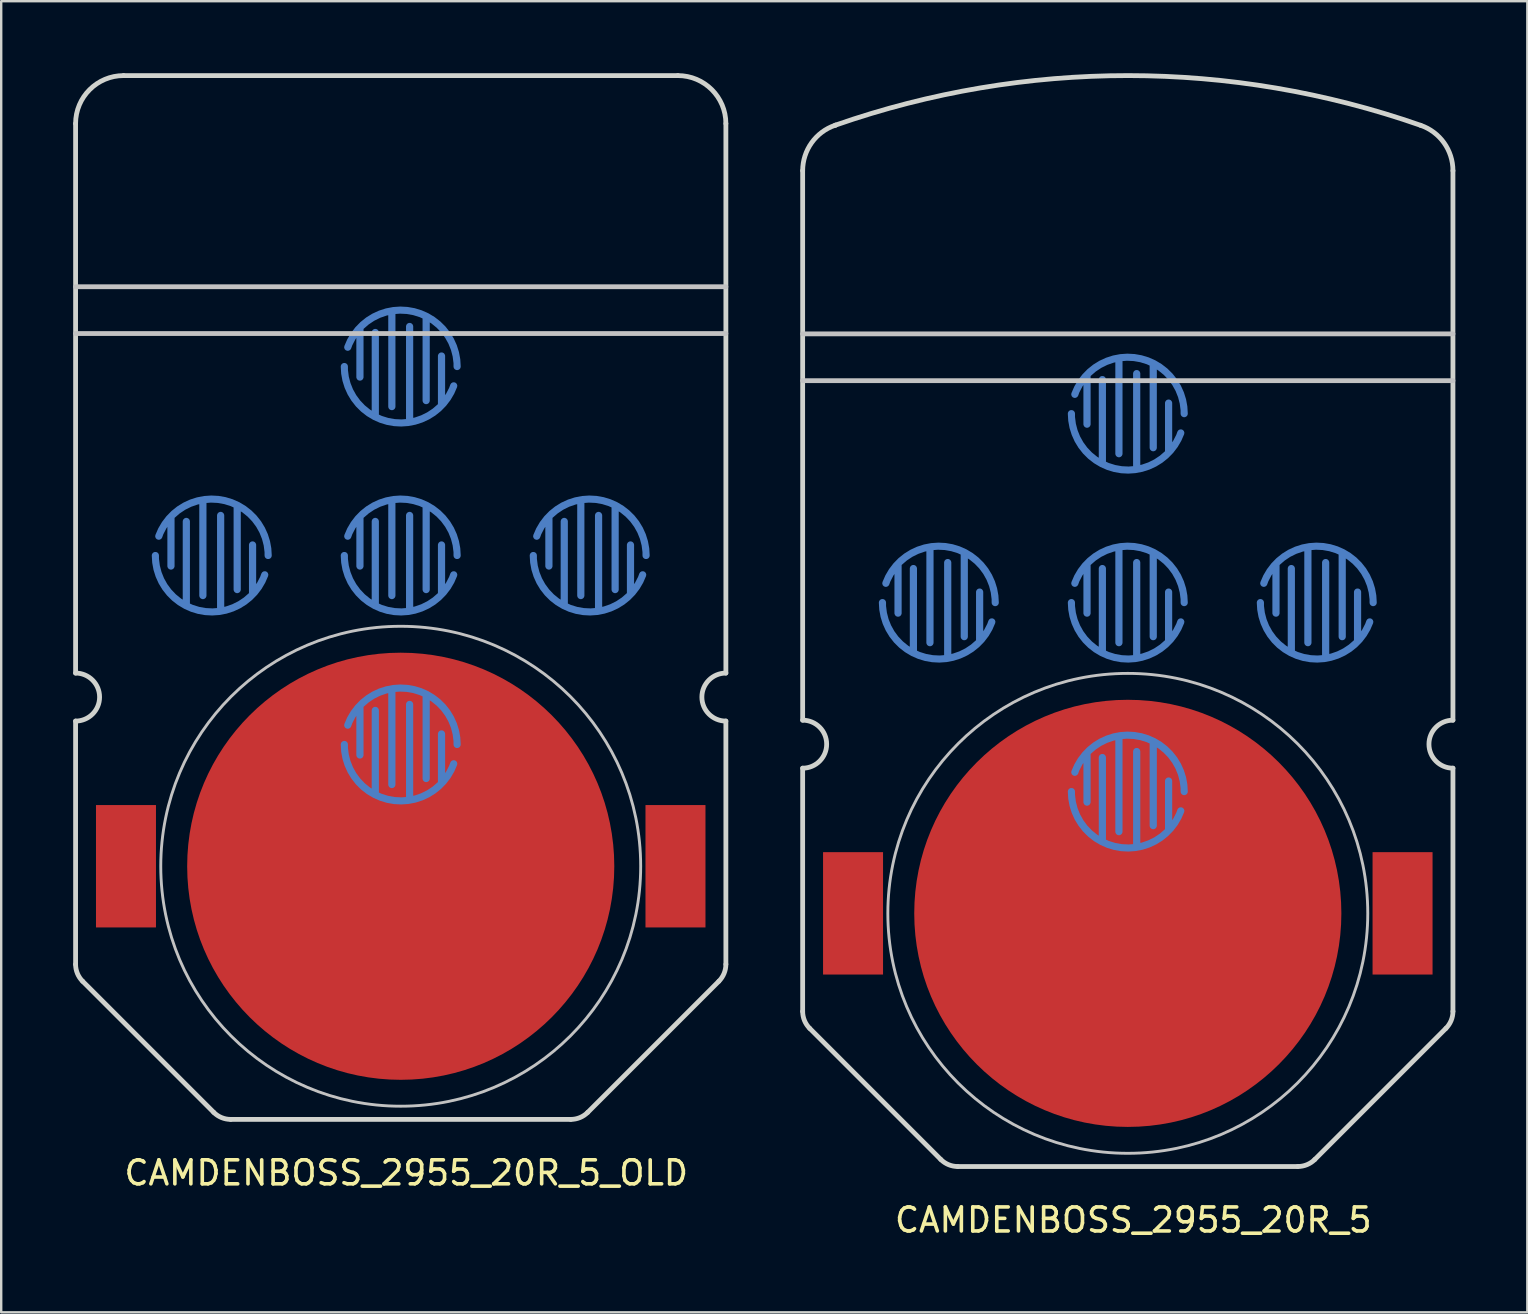
<source format=kicad_pcb>
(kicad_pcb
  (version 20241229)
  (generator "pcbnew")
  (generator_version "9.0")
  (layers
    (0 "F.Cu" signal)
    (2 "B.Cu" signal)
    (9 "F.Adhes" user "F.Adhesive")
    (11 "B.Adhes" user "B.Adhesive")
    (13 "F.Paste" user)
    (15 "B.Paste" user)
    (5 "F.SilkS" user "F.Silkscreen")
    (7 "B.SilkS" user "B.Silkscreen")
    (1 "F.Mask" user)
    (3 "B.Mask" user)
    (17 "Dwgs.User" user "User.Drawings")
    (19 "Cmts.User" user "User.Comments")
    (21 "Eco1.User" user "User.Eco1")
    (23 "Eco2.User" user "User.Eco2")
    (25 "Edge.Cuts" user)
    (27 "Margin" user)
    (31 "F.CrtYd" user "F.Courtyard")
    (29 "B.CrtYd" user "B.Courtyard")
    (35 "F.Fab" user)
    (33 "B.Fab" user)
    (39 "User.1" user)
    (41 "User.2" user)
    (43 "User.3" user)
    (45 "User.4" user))
  (footprint "CAMDENBOSS_2955_20R_5"
    (layer "F.Cu")
    (at 43.95 22.063)
    (property "Reference" "CAMDENBOSS_2955_20R_5" (at 0.23 25.73 0) (layer "F.SilkS") (effects (font (size 1 1) (thickness 0.15))))
    (attr through_hole)
    (fp_line (start -13.55 -11.2) (end 13.55 -11.2) (stroke (width 0.2) (type solid)) (layer "Dwgs.User"))
    (fp_line (start -13.55 -9.25) (end 13.55 -9.25) (stroke (width 0.2) (type solid)) (layer "Dwgs.User"))
    (fp_circle (center 0 12.95) (end 10 12.95) (stroke (width 0.12) (type solid)) (fill no) (layer "Dwgs.User"))
    (fp_line (start -13.55 -18) (end -13.55 4.9) (stroke (width 0.2) (type solid)) (layer "Edge.Cuts"))
    (fp_line (start -13.55 6.9) (end -13.55 17.036) (stroke (width 0.2) (type solid)) (layer "Edge.Cuts"))
    (fp_line (start -13.257 17.743) (end -7.793 23.207) (stroke (width 0.2) (type solid)) (layer "Edge.Cuts"))
    (fp_line (start -12.201 -19.891) (end -12.171 -19.901) (stroke (width 0.2) (type solid)) (layer "Edge.Cuts"))
    (fp_line (start -7.086 23.5) (end 7.086 23.5) (stroke (width 0.2) (type solid)) (layer "Edge.Cuts"))
    (fp_line (start 7.793 23.207) (end 13.257 17.743) (stroke (width 0.2) (type solid)) (layer "Edge.Cuts"))
    (fp_line (start 13.55 4.9) (end 13.55 -18) (stroke (width 0.2) (type solid)) (layer "Edge.Cuts"))
    (fp_line (start 13.55 17.036) (end 13.55 6.9) (stroke (width 0.2) (type solid)) (layer "Edge.Cuts"))
    (fp_arc (start -13.55 -18) (mid -13.178231 -19.161406) (end -12.201136 -19.891037) (stroke (width 0.2) (type solid)) (layer "Edge.Cuts"))
    (fp_arc (start -13.549999 4.9) (mid -12.549999 5.9) (end -13.549999 6.9) (stroke (width 0.2) (type solid)) (layer "Edge.Cuts"))
    (fp_arc (start -13.257106 17.742893) (mid -13.473879 17.41847) (end -13.549999 17.035786) (stroke (width 0.2) (type solid)) (layer "Edge.Cuts"))
    (fp_arc (start -12.171473 -19.901395) (mid 0.015709 -21.962845) (end 12.201135 -19.891037) (stroke (width 0.2) (type solid)) (layer "Edge.Cuts"))
    (fp_arc (start -7.085786 23.499999) (mid -7.468469 23.423879) (end -7.792893 23.207106) (stroke (width 0.2) (type solid)) (layer "Edge.Cuts"))
    (fp_arc (start 7.792893 23.207106) (mid 7.46847 23.423879) (end 7.085786 23.5) (stroke (width 0.2) (type solid)) (layer "Edge.Cuts"))
    (fp_arc (start 12.201135 -19.891037) (mid 13.17823 -19.161406) (end 13.549999 -18) (stroke (width 0.2) (type solid)) (layer "Edge.Cuts"))
    (fp_arc (start 13.549999 6.9) (mid 12.549999 5.9) (end 13.549999 4.9) (stroke (width 0.2) (type solid)) (layer "Edge.Cuts"))
    (fp_arc (start 13.55 17.035787) (mid 13.473879 17.41847) (end 13.257106 17.742893) (stroke (width 0.2) (type solid)) (layer "Edge.Cuts"))
    (pad "" smd circle (at -7.875 0) (size 5 5) (layers "B.Mask"))
    (pad "" smd circle (at 0 -7.875) (size 5 5) (layers "B.Mask"))
    (pad "" smd circle (at 0 0) (size 5 5) (layers "B.Mask"))
    (pad "" smd circle (at 0 7.875) (size 5 5) (layers "B.Mask"))
    (pad "" smd circle (at 7.875 0) (size 5 5) (layers "B.Mask"))
    (pad "1" smd circle (at 0 12.95 180) (size 17.8 17.8) (layers "F.Cu" "F.Mask"))
    (pad "2" smd rect (at -11.45 12.95 180) (size 2.5 5.1) (layers "F.Cu" "F.Mask" "F.Paste"))
    (pad "2" smd rect (at 11.45 12.95 180) (size 2.5 5.1) (layers "F.Cu" "F.Mask" "F.Paste"))
    (pad "3" smd custom (at 2.35 -7.875) (size 0.3 0.3) (layers "B.Cu") (options (anchor circle)) (primitives (gr_arc (start -4.558278 -0.803747) (mid -1.941927 -2.314298) (end 0 0) (width 0.3)) (gr_line (start -2.72 -2.31) (end -2.72 1.67) (width 0.3)) (gr_line (start -1.29 -2.08) (end -1.29 1.42) (width 0.3)) (gr_line (start -4.05 0.44) (end -4.05 -1.61) (width 0.3))))
    (pad "4" smd custom (at -2.35 -7.875) (size 0.3 0.3) (layers "B.Cu" "B.Mask") (options (anchor circle)) (primitives (gr_line (start 1.29 2.08) (end 1.29 -1.42) (width 0.3)) (gr_line (start 4.05 -0.44) (end 4.05 1.61) (width 0.3)) (gr_arc (start 4.558278 0.803747) (mid 1.941927 2.314298) (end 0 0) (width 0.3)) (gr_line (start 2.72 2.31) (end 2.72 -1.67) (width 0.3))))
    (pad "5" smd custom (at 10.225 0) (size 0.3 0.3) (layers "B.Cu") (options (anchor circle)) (primitives (gr_arc (start -4.558278 -0.803747) (mid -1.941927 -2.314298) (end 0 0) (width 0.3)) (gr_line (start -2.72 -2.31) (end -2.72 1.67) (width 0.3)) (gr_line (start -1.29 -2.08) (end -1.29 1.42) (width 0.3)) (gr_line (start -4.05 0.44) (end -4.05 -1.61) (width 0.3))))
    (pad "6" smd custom (at 5.525 0) (size 0.3 0.3) (layers "B.Cu" "B.Mask") (options (anchor circle)) (primitives (gr_line (start 1.29 2.08) (end 1.29 -1.42) (width 0.3)) (gr_line (start 4.05 -0.44) (end 4.05 1.61) (width 0.3)) (gr_arc (start 4.558278 0.803747) (mid 1.941927 2.314298) (end 0 0) (width 0.3)) (gr_line (start 2.72 2.31) (end 2.72 -1.67) (width 0.3))))
    (pad "7" smd custom (at 2.35 7.875) (size 0.3 0.3) (layers "B.Cu") (options (anchor circle)) (primitives (gr_arc (start -4.558278 -0.803747) (mid -1.941927 -2.314298) (end 0 0) (width 0.3)) (gr_line (start -2.72 -2.31) (end -2.72 1.67) (width 0.3)) (gr_line (start -1.29 -2.08) (end -1.29 1.42) (width 0.3)) (gr_line (start -4.05 0.44) (end -4.05 -1.61) (width 0.3))))
    (pad "8" smd custom (at -2.35 7.875) (size 0.3 0.3) (layers "B.Cu" "B.Mask") (options (anchor circle)) (primitives (gr_line (start 1.29 2.08) (end 1.29 -1.42) (width 0.3)) (gr_line (start 4.05 -0.44) (end 4.05 1.61) (width 0.3)) (gr_arc (start 4.558278 0.803747) (mid 1.941927 2.314298) (end 0 0) (width 0.3)) (gr_line (start 2.72 2.31) (end 2.72 -1.67) (width 0.3))))
    (pad "9" smd custom (at -5.525 0) (size 0.3 0.3) (layers "B.Cu") (options (anchor circle)) (primitives (gr_arc (start -4.558278 -0.803747) (mid -1.941927 -2.314298) (end 0 0) (width 0.3)) (gr_line (start -2.72 -2.31) (end -2.72 1.67) (width 0.3)) (gr_line (start -1.29 -2.08) (end -1.29 1.42) (width 0.3)) (gr_line (start -4.05 0.44) (end -4.05 -1.61) (width 0.3))))
    (pad "10" smd custom (at -10.225 0) (size 0.3 0.3) (layers "B.Cu" "B.Mask") (options (anchor circle)) (primitives (gr_line (start 1.29 2.08) (end 1.29 -1.42) (width 0.3)) (gr_line (start 4.05 -0.44) (end 4.05 1.61) (width 0.3)) (gr_arc (start 4.558278 0.803747) (mid 1.941927 2.314298) (end 0 0) (width 0.3)) (gr_line (start 2.72 2.31) (end 2.72 -1.67) (width 0.3))))
    (pad "11" smd custom (at 2.35 0) (size 0.3 0.3) (layers "B.Cu") (options (anchor circle)) (primitives (gr_arc (start -4.558278 -0.803747) (mid -1.941927 -2.314298) (end 0 0) (width 0.3)) (gr_line (start -2.72 -2.31) (end -2.72 1.67) (width 0.3)) (gr_line (start -1.29 -2.08) (end -1.29 1.42) (width 0.3)) (gr_line (start -4.05 0.44) (end -4.05 -1.61) (width 0.3))))
    (pad "12" smd custom (at -2.35 0) (size 0.3 0.3) (layers "B.Cu" "B.Mask") (options (anchor circle)) (primitives (gr_line (start 1.29 2.08) (end 1.29 -1.42) (width 0.3)) (gr_line (start 4.05 -0.44) (end 4.05 1.61) (width 0.3)) (gr_arc (start 4.558278 0.803747) (mid 1.941927 2.314298) (end 0 0) (width 0.3)) (gr_line (start 2.72 2.31) (end 2.72 -1.67) (width 0.3)))))
  (footprint "CAMDENBOSS_2955_20R_5_OLD"
    (layer "F.Cu")
    (at 13.65 20.1)
    (property "Reference" "CAMDENBOSS_2955_20R_5_OLD" (at 0.23 25.73 0) (layer "F.SilkS") (effects (font (size 1 1) (thickness 0.15))))
    (attr through_hole)
    (fp_line (start -13.55 -11.2) (end 13.55 -11.2) (stroke (width 0.2) (type solid)) (layer "Dwgs.User"))
    (fp_line (start -13.55 -9.25) (end 13.55 -9.25) (stroke (width 0.2) (type solid)) (layer "Dwgs.User"))
    (fp_circle (center 0 12.95) (end 10 12.95) (stroke (width 0.12) (type solid)) (fill no) (layer "Dwgs.User"))
    (fp_line (start -13.55 -18) (end -13.55 4.9) (stroke (width 0.2) (type solid)) (layer "Edge.Cuts"))
    (fp_line (start -13.55 6.9) (end -13.55 17.036) (stroke (width 0.2) (type solid)) (layer "Edge.Cuts"))
    (fp_line (start -13.257 17.743) (end -7.793 23.207) (stroke (width 0.2) (type solid)) (layer "Edge.Cuts"))
    (fp_line (start -7.086 23.5) (end 7.086 23.5) (stroke (width 0.2) (type solid)) (layer "Edge.Cuts"))
    (fp_line (start 7.793 23.207) (end 13.257 17.743) (stroke (width 0.2) (type solid)) (layer "Edge.Cuts"))
    (fp_line (start 11.55 -20) (end -11.55 -20) (stroke (width 0.2) (type solid)) (layer "Edge.Cuts"))
    (fp_line (start 13.55 4.9) (end 13.55 -18) (stroke (width 0.2) (type solid)) (layer "Edge.Cuts"))
    (fp_line (start 13.55 17.036) (end 13.55 6.9) (stroke (width 0.2) (type solid)) (layer "Edge.Cuts"))
    (fp_arc (start -13.549999 -18) (mid -12.964213 -19.414214) (end -11.549999 -20) (stroke (width 0.2) (type solid)) (layer "Edge.Cuts"))
    (fp_arc (start -13.549999 4.9) (mid -12.549999 5.9) (end -13.549999 6.9) (stroke (width 0.2) (type solid)) (layer "Edge.Cuts"))
    (fp_arc (start -13.257106 17.742893) (mid -13.473879 17.41847) (end -13.549999 17.035786) (stroke (width 0.2) (type solid)) (layer "Edge.Cuts"))
    (fp_arc (start -7.085786 23.499999) (mid -7.468469 23.423879) (end -7.792893 23.207106) (stroke (width 0.2) (type solid)) (layer "Edge.Cuts"))
    (fp_arc (start 7.792893 23.207106) (mid 7.46847 23.423879) (end 7.085786 23.5) (stroke (width 0.2) (type solid)) (layer "Edge.Cuts"))
    (fp_arc (start 11.549999 -20) (mid 12.964213 -19.414214) (end 13.549999 -18) (stroke (width 0.2) (type solid)) (layer "Edge.Cuts"))
    (fp_arc (start 13.549999 6.9) (mid 12.549999 5.9) (end 13.549999 4.9) (stroke (width 0.2) (type solid)) (layer "Edge.Cuts"))
    (fp_arc (start 13.55 17.035787) (mid 13.473879 17.41847) (end 13.257106 17.742893) (stroke (width 0.2) (type solid)) (layer "Edge.Cuts"))
    (pad "" smd circle (at -7.875 0) (size 5 5) (layers "B.Mask"))
    (pad "" smd circle (at 0 -7.875) (size 5 5) (layers "B.Mask"))
    (pad "" smd circle (at 0 0) (size 5 5) (layers "B.Mask"))
    (pad "" smd circle (at 0 7.875) (size 5 5) (layers "B.Mask"))
    (pad "" smd circle (at 7.875 0) (size 5 5) (layers "B.Mask"))
    (pad "1" smd circle (at 0 12.95 180) (size 17.8 17.8) (layers "F.Cu" "F.Mask"))
    (pad "2" smd rect (at -11.45 12.95 180) (size 2.5 5.1) (layers "F.Cu" "F.Mask" "F.Paste"))
    (pad "2" smd rect (at 11.45 12.95 180) (size 2.5 5.1) (layers "F.Cu" "F.Mask" "F.Paste"))
    (pad "3" smd custom (at 2.35 -7.875) (size 0.3 0.3) (layers "B.Cu") (options (anchor circle)) (primitives (gr_arc (start -4.558278 -0.803747) (mid -1.941927 -2.314298) (end 0 0) (width 0.3)) (gr_line (start -2.72 -2.31) (end -2.72 1.67) (width 0.3)) (gr_line (start -1.29 -2.08) (end -1.29 1.42) (width 0.3)) (gr_line (start -4.05 0.44) (end -4.05 -1.61) (width 0.3))))
    (pad "4" smd custom (at -2.35 -7.875) (size 0.3 0.3) (layers "B.Cu" "B.Mask") (options (anchor circle)) (primitives (gr_line (start 1.29 2.08) (end 1.29 -1.42) (width 0.3)) (gr_line (start 4.05 -0.44) (end 4.05 1.61) (width 0.3)) (gr_arc (start 4.558278 0.803747) (mid 1.941927 2.314298) (end 0 0) (width 0.3)) (gr_line (start 2.72 2.31) (end 2.72 -1.67) (width 0.3))))
    (pad "5" smd custom (at 10.225 0) (size 0.3 0.3) (layers "B.Cu") (options (anchor circle)) (primitives (gr_arc (start -4.558278 -0.803747) (mid -1.941927 -2.314298) (end 0 0) (width 0.3)) (gr_line (start -2.72 -2.31) (end -2.72 1.67) (width 0.3)) (gr_line (start -1.29 -2.08) (end -1.29 1.42) (width 0.3)) (gr_line (start -4.05 0.44) (end -4.05 -1.61) (width 0.3))))
    (pad "6" smd custom (at 5.525 0) (size 0.3 0.3) (layers "B.Cu" "B.Mask") (options (anchor circle)) (primitives (gr_line (start 1.29 2.08) (end 1.29 -1.42) (width 0.3)) (gr_line (start 4.05 -0.44) (end 4.05 1.61) (width 0.3)) (gr_arc (start 4.558278 0.803747) (mid 1.941927 2.314298) (end 0 0) (width 0.3)) (gr_line (start 2.72 2.31) (end 2.72 -1.67) (width 0.3))))
    (pad "7" smd custom (at 2.35 7.875) (size 0.3 0.3) (layers "B.Cu") (options (anchor circle)) (primitives (gr_arc (start -4.558278 -0.803747) (mid -1.941927 -2.314298) (end 0 0) (width 0.3)) (gr_line (start -2.72 -2.31) (end -2.72 1.67) (width 0.3)) (gr_line (start -1.29 -2.08) (end -1.29 1.42) (width 0.3)) (gr_line (start -4.05 0.44) (end -4.05 -1.61) (width 0.3))))
    (pad "8" smd custom (at -2.35 7.875) (size 0.3 0.3) (layers "B.Cu" "B.Mask") (options (anchor circle)) (primitives (gr_line (start 1.29 2.08) (end 1.29 -1.42) (width 0.3)) (gr_line (start 4.05 -0.44) (end 4.05 1.61) (width 0.3)) (gr_arc (start 4.558278 0.803747) (mid 1.941927 2.314298) (end 0 0) (width 0.3)) (gr_line (start 2.72 2.31) (end 2.72 -1.67) (width 0.3))))
    (pad "9" smd custom (at -5.525 0) (size 0.3 0.3) (layers "B.Cu") (options (anchor circle)) (primitives (gr_arc (start -4.558278 -0.803747) (mid -1.941927 -2.314298) (end 0 0) (width 0.3)) (gr_line (start -2.72 -2.31) (end -2.72 1.67) (width 0.3)) (gr_line (start -1.29 -2.08) (end -1.29 1.42) (width 0.3)) (gr_line (start -4.05 0.44) (end -4.05 -1.61) (width 0.3))))
    (pad "10" smd custom (at -10.225 0) (size 0.3 0.3) (layers "B.Cu" "B.Mask") (options (anchor circle)) (primitives (gr_line (start 1.29 2.08) (end 1.29 -1.42) (width 0.3)) (gr_line (start 4.05 -0.44) (end 4.05 1.61) (width 0.3)) (gr_arc (start 4.558278 0.803747) (mid 1.941927 2.314298) (end 0 0) (width 0.3)) (gr_line (start 2.72 2.31) (end 2.72 -1.67) (width 0.3))))
    (pad "11" smd custom (at 2.35 0) (size 0.3 0.3) (layers "B.Cu") (options (anchor circle)) (primitives (gr_arc (start -4.558278 -0.803747) (mid -1.941927 -2.314298) (end 0 0) (width 0.3)) (gr_line (start -2.72 -2.31) (end -2.72 1.67) (width 0.3)) (gr_line (start -1.29 -2.08) (end -1.29 1.42) (width 0.3)) (gr_line (start -4.05 0.44) (end -4.05 -1.61) (width 0.3))))
    (pad "12" smd custom (at -2.35 0) (size 0.3 0.3) (layers "B.Cu" "B.Mask") (options (anchor circle)) (primitives (gr_line (start 1.29 2.08) (end 1.29 -1.42) (width 0.3)) (gr_line (start 4.05 -0.44) (end 4.05 1.61) (width 0.3)) (gr_arc (start 4.558278 0.803747) (mid 1.941927 2.314298) (end 0 0) (width 0.3)) (gr_line (start 2.72 2.31) (end 2.72 -1.67) (width 0.3)))))
  (gr_rect
    (start -3 -3)
    (end 60.6 51.641)
    (stroke (width 0.1) (type default))
    (fill no)
    (layer "Edge.Cuts")))
</source>
